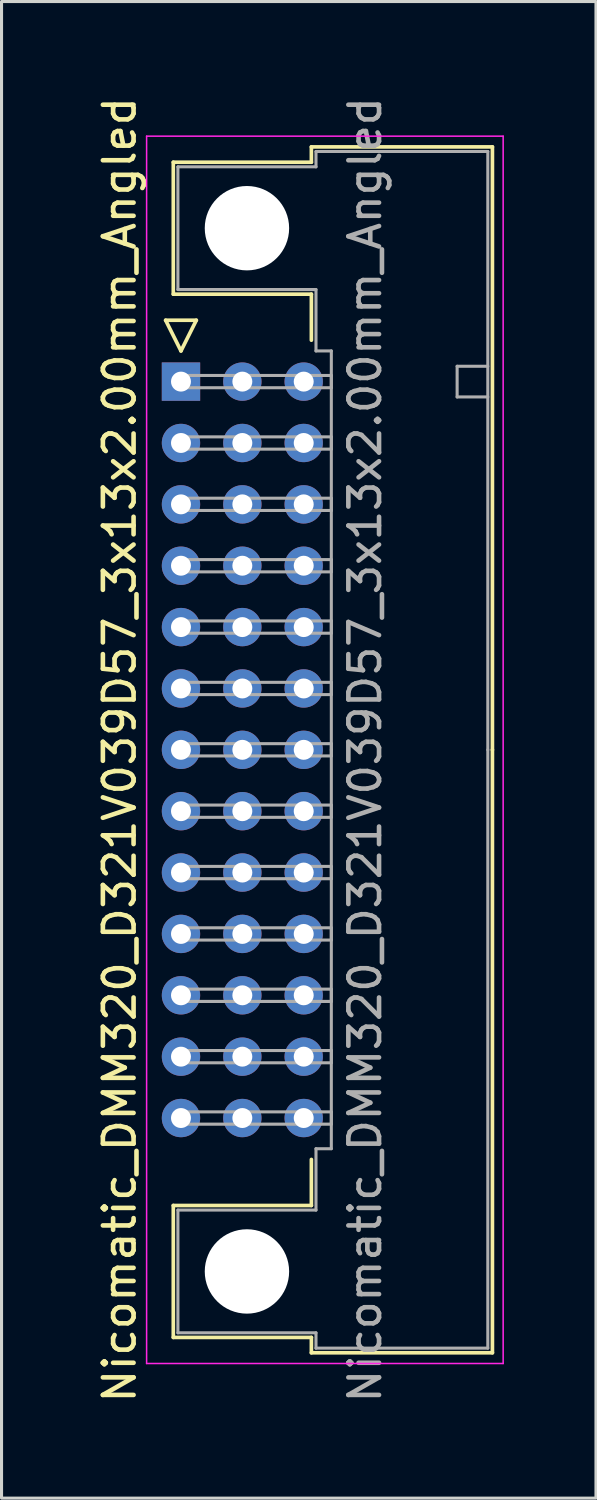
<source format=kicad_pcb>
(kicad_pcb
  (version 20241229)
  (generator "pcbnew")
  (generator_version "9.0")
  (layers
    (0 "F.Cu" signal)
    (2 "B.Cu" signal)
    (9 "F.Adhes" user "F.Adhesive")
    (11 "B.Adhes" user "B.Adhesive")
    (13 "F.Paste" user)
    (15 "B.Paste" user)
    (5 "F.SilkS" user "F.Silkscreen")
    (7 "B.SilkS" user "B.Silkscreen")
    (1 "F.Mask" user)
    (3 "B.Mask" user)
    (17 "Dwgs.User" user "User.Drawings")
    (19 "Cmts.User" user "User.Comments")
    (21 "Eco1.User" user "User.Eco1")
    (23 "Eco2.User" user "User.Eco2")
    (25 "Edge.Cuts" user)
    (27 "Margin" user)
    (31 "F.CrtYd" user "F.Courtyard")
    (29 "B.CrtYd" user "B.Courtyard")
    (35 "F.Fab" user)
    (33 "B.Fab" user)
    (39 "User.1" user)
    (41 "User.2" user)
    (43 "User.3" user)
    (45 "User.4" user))
  (footprint "Nicomatic_DMM320_D321V039D57_3x13x2.00mm_Angled"
    (layer "F.Cu")
    (at 2.848 9.387)
    (property "Reference" "Nicomatic_DMM320_D321V039D57_3x13x2.00mm_Angled" (at -2 12 90) (layer "F.SilkS") (effects (font (size 1 1) (thickness 0.15))))
    (attr through_hole)
    (fp_line (start -0.5 -2) (end 0 -1) (stroke (width 0.12) (type solid)) (layer "F.SilkS"))
    (fp_line (start -0.25 -7.15) (end -0.25 -2.85) (stroke (width 0.12) (type solid)) (layer "F.SilkS"))
    (fp_line (start -0.25 -2.85) (end 4.25 -2.85) (stroke (width 0.12) (type solid)) (layer "F.SilkS"))
    (fp_line (start -0.25 26.85) (end 4.25 26.85) (stroke (width 0.12) (type solid)) (layer "F.SilkS"))
    (fp_line (start -0.25 31.15) (end -0.25 26.85) (stroke (width 0.12) (type solid)) (layer "F.SilkS"))
    (fp_line (start 0 -1) (end 0.5 -2) (stroke (width 0.12) (type solid)) (layer "F.SilkS"))
    (fp_line (start 0.5 -2) (end -0.5 -2) (stroke (width 0.12) (type solid)) (layer "F.SilkS"))
    (fp_line (start 4.25 -7.65) (end 4.25 -7.15) (stroke (width 0.12) (type solid)) (layer "F.SilkS"))
    (fp_line (start 4.25 -7.15) (end -0.25 -7.15) (stroke (width 0.12) (type solid)) (layer "F.SilkS"))
    (fp_line (start 4.25 -2.85) (end 4.25 -1.35) (stroke (width 0.12) (type solid)) (layer "F.SilkS"))
    (fp_line (start 4.25 26.85) (end 4.25 25.35) (stroke (width 0.12) (type solid)) (layer "F.SilkS"))
    (fp_line (start 4.25 31.15) (end -0.25 31.15) (stroke (width 0.12) (type solid)) (layer "F.SilkS"))
    (fp_line (start 4.25 31.65) (end 4.25 31.15) (stroke (width 0.12) (type solid)) (layer "F.SilkS"))
    (fp_line (start 10.15 -7.65) (end 4.25 -7.65) (stroke (width 0.12) (type solid)) (layer "F.SilkS"))
    (fp_line (start 10.15 12) (end 10.15 -7.65) (stroke (width 0.12) (type solid)) (layer "F.SilkS"))
    (fp_line (start 10.15 12) (end 10.15 31.65) (stroke (width 0.12) (type solid)) (layer "F.SilkS"))
    (fp_line (start 10.15 31.65) (end 4.25 31.65) (stroke (width 0.12) (type solid)) (layer "F.SilkS"))
    (fp_line (start -1.12 -8) (end -1.12 32) (stroke (width 0.05) (type solid)) (layer "F.CrtYd"))
    (fp_line (start -1.12 32) (end 10.5 32) (stroke (width 0.05) (type solid)) (layer "F.CrtYd"))
    (fp_line (start 10.5 -8) (end -1.12 -8) (stroke (width 0.05) (type solid)) (layer "F.CrtYd"))
    (fp_line (start 10.5 32) (end 10.5 -8) (stroke (width 0.05) (type solid)) (layer "F.CrtYd"))
    (fp_line (start -0.1 -7) (end -0.1 -3) (stroke (width 0.1) (type solid)) (layer "F.Fab"))
    (fp_line (start -0.1 -3) (end 4.4 -3) (stroke (width 0.1) (type solid)) (layer "F.Fab"))
    (fp_line (start -0.1 27) (end 4.4 27) (stroke (width 0.1) (type solid)) (layer "F.Fab"))
    (fp_line (start -0.1 31) (end -0.1 27) (stroke (width 0.1) (type solid)) (layer "F.Fab"))
    (fp_line (start 0 -0.2) (end 0 0.2) (stroke (width 0.1) (type solid)) (layer "F.Fab"))
    (fp_line (start 0 0.2) (end 4.9 0.2) (stroke (width 0.1) (type solid)) (layer "F.Fab"))
    (fp_line (start 0 1.8) (end 0 2.2) (stroke (width 0.1) (type solid)) (layer "F.Fab"))
    (fp_line (start 0 2.2) (end 4.9 2.2) (stroke (width 0.1) (type solid)) (layer "F.Fab"))
    (fp_line (start 0 3.8) (end 0 4.2) (stroke (width 0.1) (type solid)) (layer "F.Fab"))
    (fp_line (start 0 4.2) (end 4.9 4.2) (stroke (width 0.1) (type solid)) (layer "F.Fab"))
    (fp_line (start 0 5.8) (end 0 6.2) (stroke (width 0.1) (type solid)) (layer "F.Fab"))
    (fp_line (start 0 6.2) (end 4.9 6.2) (stroke (width 0.1) (type solid)) (layer "F.Fab"))
    (fp_line (start 0 7.8) (end 0 8.2) (stroke (width 0.1) (type solid)) (layer "F.Fab"))
    (fp_line (start 0 8.2) (end 4.9 8.2) (stroke (width 0.1) (type solid)) (layer "F.Fab"))
    (fp_line (start 0 9.8) (end 0 10.2) (stroke (width 0.1) (type solid)) (layer "F.Fab"))
    (fp_line (start 0 10.2) (end 4.9 10.2) (stroke (width 0.1) (type solid)) (layer "F.Fab"))
    (fp_line (start 0 11.8) (end 0 12.2) (stroke (width 0.1) (type solid)) (layer "F.Fab"))
    (fp_line (start 0 12.2) (end 4.9 12.2) (stroke (width 0.1) (type solid)) (layer "F.Fab"))
    (fp_line (start 0 13.8) (end 0 14.2) (stroke (width 0.1) (type solid)) (layer "F.Fab"))
    (fp_line (start 0 14.2) (end 4.9 14.2) (stroke (width 0.1) (type solid)) (layer "F.Fab"))
    (fp_line (start 0 15.8) (end 0 16.2) (stroke (width 0.1) (type solid)) (layer "F.Fab"))
    (fp_line (start 0 16.2) (end 4.9 16.2) (stroke (width 0.1) (type solid)) (layer "F.Fab"))
    (fp_line (start 0 17.8) (end 0 18.2) (stroke (width 0.1) (type solid)) (layer "F.Fab"))
    (fp_line (start 0 18.2) (end 4.9 18.2) (stroke (width 0.1) (type solid)) (layer "F.Fab"))
    (fp_line (start 0 19.8) (end 0 20.2) (stroke (width 0.1) (type solid)) (layer "F.Fab"))
    (fp_line (start 0 20.2) (end 4.9 20.2) (stroke (width 0.1) (type solid)) (layer "F.Fab"))
    (fp_line (start 0 21.8) (end 0 22.2) (stroke (width 0.1) (type solid)) (layer "F.Fab"))
    (fp_line (start 0 22.2) (end 4.9 22.2) (stroke (width 0.1) (type solid)) (layer "F.Fab"))
    (fp_line (start 0 23.8) (end 0 24.2) (stroke (width 0.1) (type solid)) (layer "F.Fab"))
    (fp_line (start 0 24.2) (end 4.9 24.2) (stroke (width 0.1) (type solid)) (layer "F.Fab"))
    (fp_line (start 4.4 -7.5) (end 4.4 -7) (stroke (width 0.1) (type solid)) (layer "F.Fab"))
    (fp_line (start 4.4 -7) (end -0.1 -7) (stroke (width 0.1) (type solid)) (layer "F.Fab"))
    (fp_line (start 4.4 -3) (end 4.4 -1) (stroke (width 0.1) (type solid)) (layer "F.Fab"))
    (fp_line (start 4.4 -1) (end 4.9 -1) (stroke (width 0.1) (type solid)) (layer "F.Fab"))
    (fp_line (start 4.4 25) (end 4.9 25) (stroke (width 0.1) (type solid)) (layer "F.Fab"))
    (fp_line (start 4.4 27) (end 4.4 25) (stroke (width 0.1) (type solid)) (layer "F.Fab"))
    (fp_line (start 4.4 31) (end -0.1 31) (stroke (width 0.1) (type solid)) (layer "F.Fab"))
    (fp_line (start 4.4 31.5) (end 4.4 31) (stroke (width 0.1) (type solid)) (layer "F.Fab"))
    (fp_line (start 4.9 -1) (end 4.9 12) (stroke (width 0.1) (type solid)) (layer "F.Fab"))
    (fp_line (start 4.9 -0.2) (end 0 -0.2) (stroke (width 0.1) (type solid)) (layer "F.Fab"))
    (fp_line (start 4.9 0.2) (end 4.9 -0.2) (stroke (width 0.1) (type solid)) (layer "F.Fab"))
    (fp_line (start 4.9 1.8) (end 0 1.8) (stroke (width 0.1) (type solid)) (layer "F.Fab"))
    (fp_line (start 4.9 2.2) (end 4.9 1.8) (stroke (width 0.1) (type solid)) (layer "F.Fab"))
    (fp_line (start 4.9 3.8) (end 0 3.8) (stroke (width 0.1) (type solid)) (layer "F.Fab"))
    (fp_line (start 4.9 4.2) (end 4.9 3.8) (stroke (width 0.1) (type solid)) (layer "F.Fab"))
    (fp_line (start 4.9 5.8) (end 0 5.8) (stroke (width 0.1) (type solid)) (layer "F.Fab"))
    (fp_line (start 4.9 6.2) (end 4.9 5.8) (stroke (width 0.1) (type solid)) (layer "F.Fab"))
    (fp_line (start 4.9 7.8) (end 0 7.8) (stroke (width 0.1) (type solid)) (layer "F.Fab"))
    (fp_line (start 4.9 8.2) (end 4.9 7.8) (stroke (width 0.1) (type solid)) (layer "F.Fab"))
    (fp_line (start 4.9 9.8) (end 0 9.8) (stroke (width 0.1) (type solid)) (layer "F.Fab"))
    (fp_line (start 4.9 10.2) (end 4.9 9.8) (stroke (width 0.1) (type solid)) (layer "F.Fab"))
    (fp_line (start 4.9 11.8) (end 0 11.8) (stroke (width 0.1) (type solid)) (layer "F.Fab"))
    (fp_line (start 4.9 12.2) (end 4.9 11.8) (stroke (width 0.1) (type solid)) (layer "F.Fab"))
    (fp_line (start 4.9 13.8) (end 0 13.8) (stroke (width 0.1) (type solid)) (layer "F.Fab"))
    (fp_line (start 4.9 14.2) (end 4.9 13.8) (stroke (width 0.1) (type solid)) (layer "F.Fab"))
    (fp_line (start 4.9 15.8) (end 0 15.8) (stroke (width 0.1) (type solid)) (layer "F.Fab"))
    (fp_line (start 4.9 16.2) (end 4.9 15.8) (stroke (width 0.1) (type solid)) (layer "F.Fab"))
    (fp_line (start 4.9 17.8) (end 0 17.8) (stroke (width 0.1) (type solid)) (layer "F.Fab"))
    (fp_line (start 4.9 18.2) (end 4.9 17.8) (stroke (width 0.1) (type solid)) (layer "F.Fab"))
    (fp_line (start 4.9 19.8) (end 0 19.8) (stroke (width 0.1) (type solid)) (layer "F.Fab"))
    (fp_line (start 4.9 20.2) (end 4.9 19.8) (stroke (width 0.1) (type solid)) (layer "F.Fab"))
    (fp_line (start 4.9 21.8) (end 0 21.8) (stroke (width 0.1) (type solid)) (layer "F.Fab"))
    (fp_line (start 4.9 22.2) (end 4.9 21.8) (stroke (width 0.1) (type solid)) (layer "F.Fab"))
    (fp_line (start 4.9 23.8) (end 0 23.8) (stroke (width 0.1) (type solid)) (layer "F.Fab"))
    (fp_line (start 4.9 24.2) (end 4.9 23.8) (stroke (width 0.1) (type solid)) (layer "F.Fab"))
    (fp_line (start 4.9 25) (end 4.9 12) (stroke (width 0.1) (type solid)) (layer "F.Fab"))
    (fp_line (start 9 -0.5) (end 9 0.5) (stroke (width 0.1) (type solid)) (layer "F.Fab"))
    (fp_line (start 9 0.5) (end 10 0.5) (stroke (width 0.1) (type solid)) (layer "F.Fab"))
    (fp_line (start 10 -7.5) (end 4.4 -7.5) (stroke (width 0.1) (type solid)) (layer "F.Fab"))
    (fp_line (start 10 -0.5) (end 9 -0.5) (stroke (width 0.1) (type solid)) (layer "F.Fab"))
    (fp_line (start 10 12) (end 10 -7.5) (stroke (width 0.1) (type solid)) (layer "F.Fab"))
    (fp_line (start 10 12) (end 10 31.5) (stroke (width 0.1) (type solid)) (layer "F.Fab"))
    (fp_line (start 10 31.5) (end 4.4 31.5) (stroke (width 0.1) (type solid)) (layer "F.Fab"))
    (fp_text user "${REFERENCE}" (at 6 12 90) (layer "F.Fab") (effects (font (size 1 1) (thickness 0.15))))
    (pad "" np_thru_hole circle (at 2.15 -5) (size 2.75 2.75) (drill 2.75) (layers "*.Cu" "*.Mask"))
    (pad "" np_thru_hole circle (at 2.15 29) (size 2.75 2.75) (drill 2.75) (layers "*.Cu" "*.Mask"))
    (pad "1" thru_hole rect (at 0 0) (size 1.25 1.25) (drill 0.65) (layers "*.Cu" "*.Mask"))
    (pad "2" thru_hole oval (at 0 2) (size 1.25 1.25) (drill 0.65) (layers "*.Cu" "*.Mask"))
    (pad "3" thru_hole oval (at 0 4) (size 1.25 1.25) (drill 0.65) (layers "*.Cu" "*.Mask"))
    (pad "4" thru_hole oval (at 0 6) (size 1.25 1.25) (drill 0.65) (layers "*.Cu" "*.Mask"))
    (pad "5" thru_hole oval (at 0 8) (size 1.25 1.25) (drill 0.65) (layers "*.Cu" "*.Mask"))
    (pad "6" thru_hole oval (at 0 10) (size 1.25 1.25) (drill 0.65) (layers "*.Cu" "*.Mask"))
    (pad "7" thru_hole oval (at 0 12) (size 1.25 1.25) (drill 0.65) (layers "*.Cu" "*.Mask"))
    (pad "8" thru_hole oval (at 0 14) (size 1.25 1.25) (drill 0.65) (layers "*.Cu" "*.Mask"))
    (pad "9" thru_hole oval (at 0 16) (size 1.25 1.25) (drill 0.65) (layers "*.Cu" "*.Mask"))
    (pad "10" thru_hole oval (at 0 18) (size 1.25 1.25) (drill 0.65) (layers "*.Cu" "*.Mask"))
    (pad "11" thru_hole oval (at 0 20) (size 1.25 1.25) (drill 0.65) (layers "*.Cu" "*.Mask"))
    (pad "12" thru_hole oval (at 0 22) (size 1.25 1.25) (drill 0.65) (layers "*.Cu" "*.Mask"))
    (pad "13" thru_hole oval (at 0 24) (size 1.25 1.25) (drill 0.65) (layers "*.Cu" "*.Mask"))
    (pad "14" thru_hole oval (at 2 0) (size 1.25 1.25) (drill 0.65) (layers "*.Cu" "*.Mask"))
    (pad "15" thru_hole oval (at 2 2) (size 1.25 1.25) (drill 0.65) (layers "*.Cu" "*.Mask"))
    (pad "16" thru_hole oval (at 2 4) (size 1.25 1.25) (drill 0.65) (layers "*.Cu" "*.Mask"))
    (pad "17" thru_hole oval (at 2 6) (size 1.25 1.25) (drill 0.65) (layers "*.Cu" "*.Mask"))
    (pad "18" thru_hole oval (at 2 8) (size 1.25 1.25) (drill 0.65) (layers "*.Cu" "*.Mask"))
    (pad "19" thru_hole oval (at 2 10) (size 1.25 1.25) (drill 0.65) (layers "*.Cu" "*.Mask"))
    (pad "20" thru_hole oval (at 2 12) (size 1.25 1.25) (drill 0.65) (layers "*.Cu" "*.Mask"))
    (pad "21" thru_hole oval (at 2 14) (size 1.25 1.25) (drill 0.65) (layers "*.Cu" "*.Mask"))
    (pad "22" thru_hole oval (at 2 16) (size 1.25 1.25) (drill 0.65) (layers "*.Cu" "*.Mask"))
    (pad "23" thru_hole oval (at 2 18) (size 1.25 1.25) (drill 0.65) (layers "*.Cu" "*.Mask"))
    (pad "24" thru_hole oval (at 2 20) (size 1.25 1.25) (drill 0.65) (layers "*.Cu" "*.Mask"))
    (pad "25" thru_hole oval (at 2 22) (size 1.25 1.25) (drill 0.65) (layers "*.Cu" "*.Mask"))
    (pad "26" thru_hole oval (at 2 24) (size 1.25 1.25) (drill 0.65) (layers "*.Cu" "*.Mask"))
    (pad "27" thru_hole oval (at 4 0) (size 1.25 1.25) (drill 0.65) (layers "*.Cu" "*.Mask"))
    (pad "28" thru_hole oval (at 4 2) (size 1.25 1.25) (drill 0.65) (layers "*.Cu" "*.Mask"))
    (pad "29" thru_hole oval (at 4 4) (size 1.25 1.25) (drill 0.65) (layers "*.Cu" "*.Mask"))
    (pad "30" thru_hole oval (at 4 6) (size 1.25 1.25) (drill 0.65) (layers "*.Cu" "*.Mask"))
    (pad "31" thru_hole oval (at 4 8) (size 1.25 1.25) (drill 0.65) (layers "*.Cu" "*.Mask"))
    (pad "32" thru_hole oval (at 4 10) (size 1.25 1.25) (drill 0.65) (layers "*.Cu" "*.Mask"))
    (pad "33" thru_hole oval (at 4 12) (size 1.25 1.25) (drill 0.65) (layers "*.Cu" "*.Mask"))
    (pad "34" thru_hole oval (at 4 14) (size 1.25 1.25) (drill 0.65) (layers "*.Cu" "*.Mask"))
    (pad "35" thru_hole oval (at 4 16) (size 1.25 1.25) (drill 0.65) (layers "*.Cu" "*.Mask"))
    (pad "36" thru_hole oval (at 4 18) (size 1.25 1.25) (drill 0.65) (layers "*.Cu" "*.Mask"))
    (pad "37" thru_hole oval (at 4 20) (size 1.25 1.25) (drill 0.65) (layers "*.Cu" "*.Mask"))
    (pad "38" thru_hole oval (at 4 22) (size 1.25 1.25) (drill 0.65) (layers "*.Cu" "*.Mask"))
    (pad "39" thru_hole oval (at 4 24) (size 1.25 1.25) (drill 0.65) (layers "*.Cu" "*.Mask")))
  (gr_rect
    (start -3 -3)
    (end 16.373 45.774)
    (stroke (width 0.1) (type default))
    (fill no)
    (layer "Edge.Cuts")))
</source>
